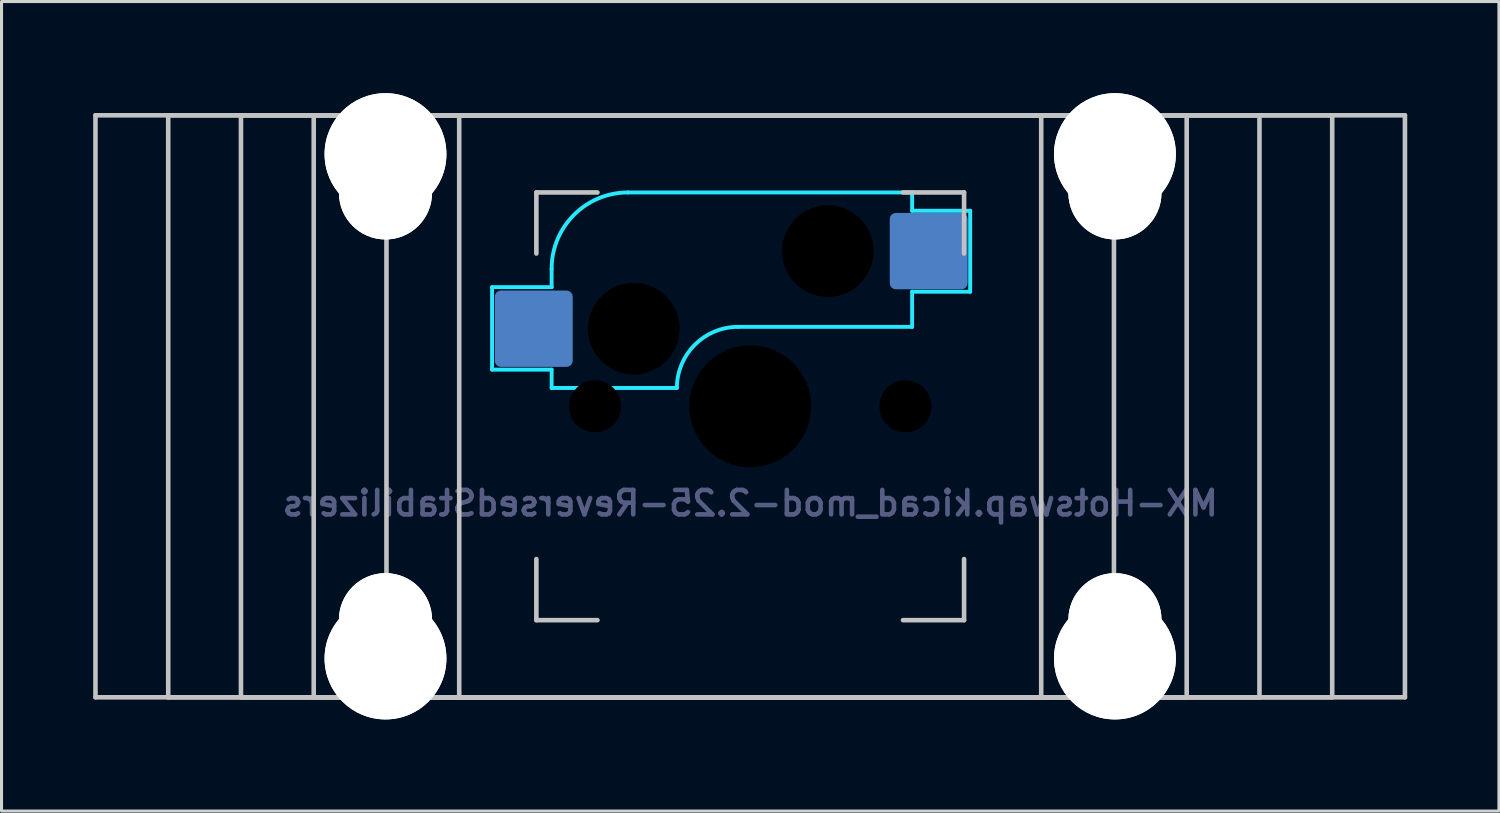
<source format=kicad_pcb>
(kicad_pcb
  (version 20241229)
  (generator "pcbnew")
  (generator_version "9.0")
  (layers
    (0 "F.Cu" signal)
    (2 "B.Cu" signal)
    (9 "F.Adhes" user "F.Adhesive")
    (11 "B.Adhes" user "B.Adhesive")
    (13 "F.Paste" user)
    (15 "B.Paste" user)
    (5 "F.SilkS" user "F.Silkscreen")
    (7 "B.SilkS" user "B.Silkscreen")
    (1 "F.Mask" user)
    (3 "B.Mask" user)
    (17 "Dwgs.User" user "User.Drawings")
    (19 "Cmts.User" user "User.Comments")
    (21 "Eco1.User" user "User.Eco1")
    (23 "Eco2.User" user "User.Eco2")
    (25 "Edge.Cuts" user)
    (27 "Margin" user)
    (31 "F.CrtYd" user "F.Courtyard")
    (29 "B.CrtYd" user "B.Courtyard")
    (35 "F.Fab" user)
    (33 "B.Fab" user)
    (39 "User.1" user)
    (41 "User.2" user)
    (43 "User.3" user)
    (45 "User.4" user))
  (footprint "MX-Hotswap.kicad_mod-2.25-ReversedStabilizers"
    (layer "F.Cu")
    (at 21.506 10.249)
    (property "Reference" "MX-Hotswap.kicad_mod-2.25-ReversedStabilizers" (at 0 3.175 0) (layer "B.Fab") (effects (font (size 0.8 0.8) (thickness 0.15)) (justify mirror)))
    (attr smd)
    (fp_line (start -21.431 9.525) (end -21.431 -9.525) (stroke (width 0.15) (type solid)) (layer "Dwgs.User"))
    (fp_line (start -19.05 9.525) (end -19.05 -9.525) (stroke (width 0.15) (type solid)) (layer "Dwgs.User"))
    (fp_line (start -16.669 9.525) (end -16.669 -9.525) (stroke (width 0.15) (type solid)) (layer "Dwgs.User"))
    (fp_line (start -14.287 9.525) (end -14.287 -9.525) (stroke (width 0.15) (type solid)) (layer "Dwgs.User"))
    (fp_line (start -11.906 9.525) (end -11.906 -9.525) (stroke (width 0.15) (type solid)) (layer "Dwgs.User"))
    (fp_line (start -9.525 9.525) (end -9.525 -9.525) (stroke (width 0.15) (type solid)) (layer "Dwgs.User"))
    (fp_line (start -7 -7) (end -7 -5) (stroke (width 0.15) (type solid)) (layer "Dwgs.User"))
    (fp_line (start -7 5) (end -7 7) (stroke (width 0.15) (type solid)) (layer "Dwgs.User"))
    (fp_line (start -7 7) (end -5 7) (stroke (width 0.15) (type solid)) (layer "Dwgs.User"))
    (fp_line (start -5 -7) (end -7 -7) (stroke (width 0.15) (type solid)) (layer "Dwgs.User"))
    (fp_line (start 5 -7) (end 7 -7) (stroke (width 0.15) (type solid)) (layer "Dwgs.User"))
    (fp_line (start 5 7) (end 7 7) (stroke (width 0.15) (type solid)) (layer "Dwgs.User"))
    (fp_line (start 7 -7) (end 7 -5) (stroke (width 0.15) (type solid)) (layer "Dwgs.User"))
    (fp_line (start 7 7) (end 7 5) (stroke (width 0.15) (type solid)) (layer "Dwgs.User"))
    (fp_line (start 9.525 -9.525) (end -9.525 -9.525) (stroke (width 0.15) (type solid)) (layer "Dwgs.User"))
    (fp_line (start 9.525 9.525) (end -9.525 9.525) (stroke (width 0.15) (type solid)) (layer "Dwgs.User"))
    (fp_line (start 9.525 9.525) (end 9.525 -9.525) (stroke (width 0.15) (type solid)) (layer "Dwgs.User"))
    (fp_line (start 11.906 -9.525) (end -11.906 -9.525) (stroke (width 0.15) (type solid)) (layer "Dwgs.User"))
    (fp_line (start 11.906 9.525) (end -11.906 9.525) (stroke (width 0.15) (type solid)) (layer "Dwgs.User"))
    (fp_line (start 11.906 9.525) (end 11.906 -9.525) (stroke (width 0.15) (type solid)) (layer "Dwgs.User"))
    (fp_line (start 14.287 -9.525) (end -14.287 -9.525) (stroke (width 0.15) (type solid)) (layer "Dwgs.User"))
    (fp_line (start 14.287 9.525) (end -14.287 9.525) (stroke (width 0.15) (type solid)) (layer "Dwgs.User"))
    (fp_line (start 14.287 9.525) (end 14.287 -9.525) (stroke (width 0.15) (type solid)) (layer "Dwgs.User"))
    (fp_line (start 16.669 -9.525) (end -16.669 -9.525) (stroke (width 0.15) (type solid)) (layer "Dwgs.User"))
    (fp_line (start 16.669 9.525) (end -16.669 9.525) (stroke (width 0.15) (type solid)) (layer "Dwgs.User"))
    (fp_line (start 16.669 9.525) (end 16.669 -9.525) (stroke (width 0.15) (type solid)) (layer "Dwgs.User"))
    (fp_line (start 19.05 -9.525) (end -19.05 -9.525) (stroke (width 0.15) (type solid)) (layer "Dwgs.User"))
    (fp_line (start 19.05 9.525) (end -19.05 9.525) (stroke (width 0.15) (type solid)) (layer "Dwgs.User"))
    (fp_line (start 19.05 9.525) (end 19.05 -9.525) (stroke (width 0.15) (type solid)) (layer "Dwgs.User"))
    (fp_line (start 21.431 -9.525) (end -21.431 -9.525) (stroke (width 0.15) (type solid)) (layer "Dwgs.User"))
    (fp_line (start 21.431 9.525) (end -21.431 9.525) (stroke (width 0.15) (type solid)) (layer "Dwgs.User"))
    (fp_line (start 21.431 9.525) (end 21.431 -9.525) (stroke (width 0.15) (type solid)) (layer "Dwgs.User"))
    (fp_line (start -8.45 -3.9) (end -8.45 -1.2) (stroke (width 0.127) (type solid)) (layer "B.CrtYd"))
    (fp_line (start -8.45 -1.2) (end -6.5 -1.2) (stroke (width 0.127) (type solid)) (layer "B.CrtYd"))
    (fp_line (start -6.5 -4.5) (end -6.5 -3.9) (stroke (width 0.127) (type solid)) (layer "B.CrtYd"))
    (fp_line (start -6.5 -3.9) (end -8.45 -3.9) (stroke (width 0.127) (type solid)) (layer "B.CrtYd"))
    (fp_line (start -6.5 -0.6) (end -6.5 -1.2) (stroke (width 0.127) (type solid)) (layer "B.CrtYd"))
    (fp_line (start -6.5 -0.6) (end -2.4 -0.6) (stroke (width 0.127) (type solid)) (layer "B.CrtYd"))
    (fp_line (start -0.4 -2.6) (end 5.3 -2.6) (stroke (width 0.127) (type solid)) (layer "B.CrtYd"))
    (fp_line (start 5.3 -7) (end -4 -7) (stroke (width 0.127) (type solid)) (layer "B.CrtYd"))
    (fp_line (start 5.3 -7) (end 5.3 -6.4) (stroke (width 0.127) (type solid)) (layer "B.CrtYd"))
    (fp_line (start 5.3 -6.4) (end 7.2 -6.4) (stroke (width 0.127) (type solid)) (layer "B.CrtYd"))
    (fp_line (start 5.3 -2.6) (end 5.3 -3.75) (stroke (width 0.127) (type solid)) (layer "B.CrtYd"))
    (fp_line (start 7.2 -6.4) (end 7.2 -3.75) (stroke (width 0.127) (type solid)) (layer "B.CrtYd"))
    (fp_line (start 7.2 -3.75) (end 5.3 -3.75) (stroke (width 0.127) (type solid)) (layer "B.CrtYd"))
    (fp_arc (start -6.5 -4.5) (mid -5.767767 -6.267767) (end -4 -7) (stroke (width 0.127) (type solid)) (layer "B.CrtYd"))
    (fp_arc (start -2.4 -0.6) (mid -1.814214 -2.014214) (end -0.4 -2.6) (stroke (width 0.127) (type solid)) (layer "B.CrtYd"))
    (pad "" np_thru_hole circle (at -11.938 -8.255) (size 3.988 3.988) (drill 3.988) (layers "*.Cu" "*.Mask"))
    (pad "" np_thru_hole circle (at -11.938 -8.255) (size 3.988 3.988) (drill 3.988) (layers "*.Cu" "*.Mask"))
    (pad "" np_thru_hole circle (at -11.938 -6.985) (size 3.048 3.048) (drill 3.048) (layers "*.Cu" "*.Mask"))
    (pad "" np_thru_hole circle (at -11.938 -6.985) (size 3.048 3.048) (drill 3.048) (layers "*.Cu" "*.Mask"))
    (pad "" np_thru_hole circle (at -11.938 6.985) (size 3.048 3.048) (drill 3.048) (layers "*.Cu" "*.Mask"))
    (pad "" np_thru_hole circle (at -11.938 6.985) (size 3.048 3.048) (drill 3.048) (layers "*.Cu" "*.Mask"))
    (pad "" np_thru_hole circle (at -11.938 8.255) (size 3.988 3.988) (drill 3.988) (layers "*.Cu" "*.Mask"))
    (pad "" np_thru_hole circle (at -11.938 8.255) (size 3.988 3.988) (drill 3.988) (layers "*.Cu" "*.Mask"))
    (pad "" np_thru_hole circle (at -5.08 0 48.099) (size 1.702 1.702) (drill 1.702) (layers "*.Mask"))
    (pad "" np_thru_hole circle (at -3.81 -2.54) (size 3 3) (drill 3) (layers "*.Mask"))
    (pad "" np_thru_hole circle (at 0 0) (size 3.988 3.988) (drill 3.988) (layers "*.Mask"))
    (pad "" np_thru_hole circle (at 2.54 -5.08) (size 3 3) (drill 3) (layers "*.Mask"))
    (pad "" np_thru_hole circle (at 5.08 0 48.099) (size 1.702 1.702) (drill 1.702) (layers "*.Mask"))
    (pad "" np_thru_hole circle (at 11.938 -8.255) (size 3.988 3.988) (drill 3.988) (layers "*.Cu" "*.Mask"))
    (pad "" np_thru_hole circle (at 11.938 -8.255) (size 3.988 3.988) (drill 3.988) (layers "*.Cu" "*.Mask"))
    (pad "" np_thru_hole circle (at 11.938 -6.985) (size 3.048 3.048) (drill 3.048) (layers "*.Cu" "*.Mask"))
    (pad "" np_thru_hole circle (at 11.938 -6.985) (size 3.048 3.048) (drill 3.048) (layers "*.Cu" "*.Mask"))
    (pad "" np_thru_hole circle (at 11.938 6.985) (size 3.048 3.048) (drill 3.048) (layers "*.Cu" "*.Mask"))
    (pad "" np_thru_hole circle (at 11.938 6.985) (size 3.048 3.048) (drill 3.048) (layers "*.Cu" "*.Mask"))
    (pad "" np_thru_hole circle (at 11.938 8.255) (size 3.988 3.988) (drill 3.988) (layers "*.Cu" "*.Mask"))
    (pad "" np_thru_hole circle (at 11.938 8.255) (size 3.988 3.988) (drill 3.988) (layers "*.Cu" "*.Mask"))
    (pad "1" smd roundrect (at -7.085 -2.54) (size 2.55 2.5) (layers "B.Cu" "B.Mask" "B.Paste") (roundrect_rratio 0.08))
    (pad "2" smd roundrect (at 5.842 -5.08) (size 2.55 2.5) (layers "B.Cu" "B.Mask" "B.Paste") (roundrect_rratio 0.08)))
  (gr_rect
    (start -3 -3)
    (end 46.013 23.498)
    (stroke (width 0.1) (type default))
    (fill no)
    (layer "Edge.Cuts")))
</source>
